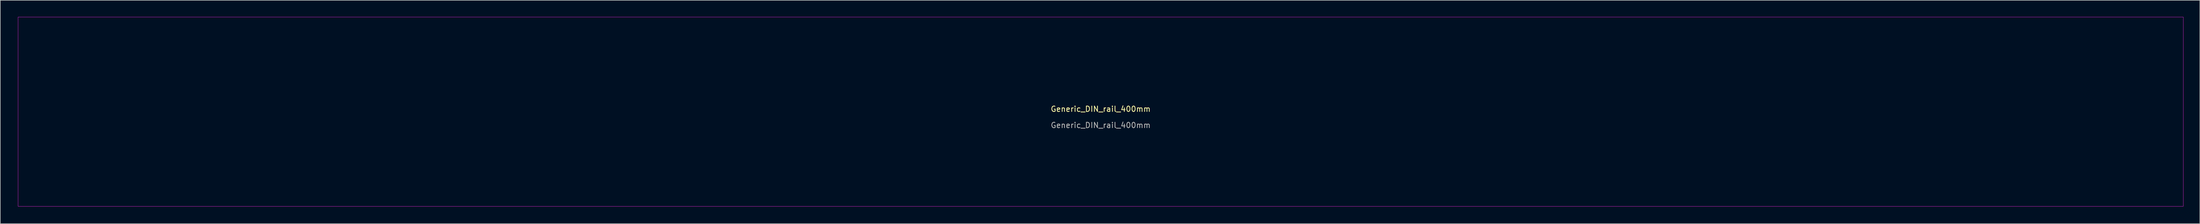
<source format=kicad_pcb>
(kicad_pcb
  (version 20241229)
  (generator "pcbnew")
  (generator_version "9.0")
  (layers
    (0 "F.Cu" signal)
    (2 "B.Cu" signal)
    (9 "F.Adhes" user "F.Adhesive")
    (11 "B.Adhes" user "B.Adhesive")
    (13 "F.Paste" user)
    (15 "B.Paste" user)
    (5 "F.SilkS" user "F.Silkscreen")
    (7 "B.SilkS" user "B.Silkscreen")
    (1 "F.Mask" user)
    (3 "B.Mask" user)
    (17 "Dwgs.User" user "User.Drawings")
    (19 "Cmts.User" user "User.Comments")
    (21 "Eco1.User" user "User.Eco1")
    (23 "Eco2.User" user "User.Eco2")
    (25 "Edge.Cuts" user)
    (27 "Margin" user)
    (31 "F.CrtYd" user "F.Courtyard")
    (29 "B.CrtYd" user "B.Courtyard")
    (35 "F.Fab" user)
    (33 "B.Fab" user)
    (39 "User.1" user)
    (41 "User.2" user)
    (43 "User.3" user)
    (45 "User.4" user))
  (footprint "Generic_DIN_rail_400mm"
    (layer "F.Cu")
    (at 200.29 17.604)
    (property "Reference" "Generic_DIN_rail_400mm" (at 0 -0.5 0) (unlocked yes) (layer "F.SilkS") (effects (font (size 1 1) (thickness 0.15))))
    (fp_rect (start -200 17.5) (end 200 -17.5) (stroke (width 0.05) (type solid)) (fill no) (layer "F.CrtYd"))
    (fp_poly (pts (xy 17.945 -2.967) (xy 18.585 -2.629) (xy 19.105 -2.192) (xy 19.505 -1.677) (xy 19.785 -1.105) (xy 19.947 -0.495) (xy 19.989 0.131) (xy 19.913 0.754) (xy 19.717 1.352) (xy 19.404 1.907) (xy 18.971 2.397) (xy 18.421 2.803) (xy 17.886 3.056) (xy 17.779 3.094) (xy 17.668 3.127) (xy 17.539 3.154) (xy 17.378 3.176) (xy 17.169 3.195) (xy 16.9 3.209) (xy 16.554 3.221) (xy 16.119 3.23) (xy 15.578 3.237) (xy 14.918 3.242) (xy 14.125 3.247) (xy 13.183 3.252) (xy 12.689 3.254) (xy 11.795 3.256) (xy 10.941 3.257) (xy 10.142 3.254) (xy 9.417 3.25) (xy 8.782 3.244) (xy 8.255 3.236) (xy 7.853 3.227) (xy 7.593 3.216) (xy 7.513 3.208) (xy 6.825 3.027) (xy 6.2 2.697) (xy 5.662 2.239) (xy 5.235 1.669) (xy 5.129 1.471) (xy 5.003 1.203) (xy 4.922 0.982) (xy 4.876 0.757) (xy 4.856 0.475) (xy 4.851 0.083) (xy 4.851 0.015) (xy 4.851 0.008) (xy 5.063 0.008) (xy 5.131 0.715) (xy 5.339 1.341) (xy 5.647 1.846) (xy 5.96 2.178) (xy 6.369 2.496) (xy 6.807 2.755) (xy 7.137 2.889) (xy 7.266 2.902) (xy 7.548 2.914) (xy 7.969 2.925) (xy 8.512 2.934) (xy 9.163 2.941) (xy 9.905 2.947) (xy 10.723 2.95) (xy 11.602 2.951) (xy 12.513 2.95) (xy 17.636 2.935) (xy 18.059 2.728) (xy 18.554 2.413) (xy 19.003 1.992) (xy 19.362 1.513) (xy 19.541 1.154) (xy 19.716 0.5) (xy 19.746 -0.167) (xy 19.634 -0.807) (xy 19.512 -1.129) (xy 19.154 -1.718) (xy 18.673 -2.223) (xy 18.105 -2.608) (xy 17.984 -2.668) (xy 17.466 -2.907) (xy 12.385 -2.907) (xy 7.303 -2.907) (xy 6.739 -2.629) (xy 6.127 -2.243) (xy 5.646 -1.756) (xy 5.304 -1.18) (xy 5.108 -0.529) (xy 5.063 0.008) (xy 4.851 0.008) (xy 4.855 -0.399) (xy 4.873 -0.695) (xy 4.914 -0.922) (xy 4.988 -1.13) (xy 5.101 -1.368) (xy 5.416 -1.852) (xy 5.842 -2.311) (xy 6.327 -2.698) (xy 6.817 -2.963) (xy 7.306 -3.161) (xy 12.386 -3.161) (xy 17.466 -3.161)) (stroke (width 0.1) (type solid)) (fill no) (layer "User.1"))
    (fp_poly (pts (xy 87.222 -3.187) (xy 87.663 -3.185) (xy 92.481 -3.161) (xy 92.971 -2.963) (xy 93.467 -2.693) (xy 93.952 -2.305) (xy 94.376 -1.846) (xy 94.686 -1.368) (xy 94.8 -1.129) (xy 94.873 -0.921) (xy 94.914 -0.694) (xy 94.932 -0.398) (xy 94.936 0.015) (xy 94.933 0.427) (xy 94.915 0.722) (xy 94.874 0.953) (xy 94.798 1.17) (xy 94.68 1.428) (xy 94.661 1.465) (xy 94.292 2.044) (xy 93.814 2.53) (xy 93.255 2.9) (xy 92.645 3.135) (xy 92.297 3.198) (xy 92.109 3.209) (xy 91.773 3.219) (xy 91.309 3.228) (xy 90.738 3.236) (xy 90.078 3.243) (xy 89.351 3.249) (xy 88.575 3.253) (xy 87.771 3.256) (xy 86.958 3.258) (xy 86.157 3.258) (xy 85.388 3.257) (xy 84.669 3.254) (xy 84.022 3.25) (xy 83.466 3.245) (xy 83.02 3.237) (xy 82.706 3.229) (xy 82.547 3.219) (xy 81.995 3.083) (xy 81.433 2.827) (xy 80.926 2.483) (xy 80.644 2.215) (xy 80.212 1.622) (xy 79.932 0.988) (xy 79.797 0.335) (xy 79.799 -0.016) (xy 80.033 -0.016) (xy 80.092 0.647) (xy 80.231 1.115) (xy 80.556 1.729) (xy 81.015 2.242) (xy 81.324 2.482) (xy 81.466 2.58) (xy 81.598 2.663) (xy 81.732 2.734) (xy 81.883 2.792) (xy 82.065 2.84) (xy 82.29 2.878) (xy 82.573 2.907) (xy 82.927 2.929) (xy 83.366 2.944) (xy 83.904 2.953) (xy 84.553 2.957) (xy 85.329 2.958) (xy 86.244 2.956) (xy 87.312 2.953) (xy 87.528 2.952) (xy 92.65 2.935) (xy 93.186 2.645) (xy 93.773 2.248) (xy 94.213 1.771) (xy 94.512 1.205) (xy 94.675 0.541) (xy 94.707 0.183) (xy 94.715 -0.235) (xy 94.688 -0.554) (xy 94.619 -0.842) (xy 94.558 -1.019) (xy 94.257 -1.591) (xy 93.818 -2.098) (xy 93.27 -2.509) (xy 93.049 -2.629) (xy 92.485 -2.907) (xy 87.403 -2.907) (xy 82.321 -2.907) (xy 81.813 -2.67) (xy 81.213 -2.305) (xy 80.725 -1.834) (xy 80.359 -1.28) (xy 80.126 -0.667) (xy 80.033 -0.016) (xy 79.799 -0.016) (xy 79.801 -0.317) (xy 79.937 -0.95) (xy 80.198 -1.542) (xy 80.579 -2.074) (xy 81.071 -2.526) (xy 81.668 -2.878) (xy 82.365 -3.11) (xy 82.414 -3.12) (xy 82.614 -3.142) (xy 82.98 -3.16) (xy 83.511 -3.174) (xy 84.203 -3.184) (xy 85.054 -3.189) (xy 86.061 -3.19)) (stroke (width 0.1) (type solid)) (fill no) (layer "User.1"))
    (fp_poly (pts (xy 185.597 -3.193) (xy 186.482 -3.19) (xy 187.521 -3.186) (xy 187.619 -3.185) (xy 192.472 -3.161) (xy 192.962 -2.963) (xy 193.415 -2.72) (xy 193.871 -2.37) (xy 194.28 -1.961) (xy 194.594 -1.537) (xy 194.669 -1.398) (xy 194.898 -0.751) (xy 194.981 -0.074) (xy 194.927 0.603) (xy 194.743 1.254) (xy 194.438 1.85) (xy 194.018 2.364) (xy 193.493 2.768) (xy 193.486 2.772) (xy 193.321 2.868) (xy 193.169 2.949) (xy 193.016 3.018) (xy 192.848 3.075) (xy 192.648 3.121) (xy 192.404 3.158) (xy 192.1 3.186) (xy 191.722 3.207) (xy 191.254 3.223) (xy 190.683 3.234) (xy 189.993 3.242) (xy 189.17 3.247) (xy 188.199 3.252) (xy 187.687 3.254) (xy 186.796 3.257) (xy 185.945 3.257) (xy 185.15 3.256) (xy 184.43 3.253) (xy 183.8 3.249) (xy 183.278 3.243) (xy 182.882 3.235) (xy 182.628 3.226) (xy 182.554 3.221) (xy 181.9 3.059) (xy 181.286 2.75) (xy 180.743 2.317) (xy 180.303 1.782) (xy 180.17 1.557) (xy 179.9 0.885) (xy 179.788 0.202) (xy 179.805 -0.124) (xy 180.033 -0.124) (xy 180.058 0.494) (xy 180.215 1.098) (xy 180.506 1.664) (xy 180.932 2.171) (xy 181.317 2.484) (xy 181.459 2.581) (xy 181.591 2.664) (xy 181.725 2.734) (xy 181.876 2.793) (xy 182.058 2.841) (xy 182.283 2.878) (xy 182.566 2.908) (xy 182.921 2.929) (xy 183.36 2.944) (xy 183.898 2.953) (xy 184.549 2.957) (xy 185.325 2.958) (xy 186.241 2.956) (xy 187.31 2.953) (xy 187.519 2.952) (xy 192.642 2.935) (xy 193.065 2.726) (xy 193.65 2.348) (xy 194.122 1.857) (xy 194.47 1.278) (xy 194.68 0.635) (xy 194.74 -0.048) (xy 194.704 -0.441) (xy 194.515 -1.101) (xy 194.181 -1.696) (xy 193.717 -2.2) (xy 193.143 -2.593) (xy 193 -2.663) (xy 192.472 -2.907) (xy 187.392 -2.907) (xy 182.312 -2.907) (xy 181.804 -2.67) (xy 181.204 -2.307) (xy 180.724 -1.849) (xy 180.368 -1.317) (xy 180.137 -0.735) (xy 180.033 -0.124) (xy 179.805 -0.124) (xy 179.823 -0.47) (xy 179.998 -1.112) (xy 180.302 -1.704) (xy 180.727 -2.224) (xy 181.263 -2.653) (xy 181.902 -2.97) (xy 182.245 -3.076) (xy 182.376 -3.105) (xy 182.534 -3.129) (xy 182.734 -3.149) (xy 182.99 -3.165) (xy 183.316 -3.177) (xy 183.725 -3.186) (xy 184.233 -3.191) (xy 184.852 -3.193)) (stroke (width 0.1) (type solid)) (fill no) (layer "User.1"))
    (fp_poly (pts (xy -84.494 -3.191) (xy -83.978 -3.186) (xy -83.56 -3.178) (xy -83.228 -3.166) (xy -82.967 -3.151) (xy -82.762 -3.131) (xy -82.601 -3.107) (xy -82.468 -3.079) (xy -82.457 -3.076) (xy -81.772 -2.826) (xy -81.198 -2.466) (xy -80.735 -2.016) (xy -80.385 -1.496) (xy -80.147 -0.924) (xy -80.022 -0.321) (xy -80.012 0.294) (xy -80.117 0.902) (xy -80.338 1.483) (xy -80.674 2.018) (xy -81.128 2.488) (xy -81.699 2.873) (xy -82.239 3.107) (xy -82.346 3.135) (xy -82.494 3.159) (xy -82.699 3.18) (xy -82.974 3.197) (xy -83.331 3.211) (xy -83.784 3.223) (xy -84.347 3.232) (xy -85.033 3.24) (xy -85.856 3.246) (xy -86.829 3.252) (xy -87.318 3.254) (xy -88.211 3.256) (xy -89.064 3.257) (xy -89.861 3.254) (xy -90.585 3.25) (xy -91.218 3.244) (xy -91.743 3.236) (xy -92.143 3.227) (xy -92.401 3.215) (xy -92.478 3.208) (xy -93.173 3.026) (xy -93.799 2.696) (xy -94.336 2.234) (xy -94.763 1.656) (xy -94.865 1.465) (xy -94.99 1.199) (xy -95.07 0.979) (xy -95.115 0.753) (xy -95.135 0.469) (xy -95.14 0.074) (xy -95.14 0.015) (xy -95.138 -0.17) (xy -94.944 -0.17) (xy -94.923 0.46) (xy -94.771 1.07) (xy -94.494 1.636) (xy -94.098 2.135) (xy -93.587 2.545) (xy -92.981 2.838) (xy -92.885 2.866) (xy -92.761 2.89) (xy -92.595 2.909) (xy -92.374 2.925) (xy -92.086 2.938) (xy -91.715 2.947) (xy -91.251 2.954) (xy -90.678 2.958) (xy -89.984 2.959) (xy -89.156 2.958) (xy -88.18 2.956) (xy -87.478 2.954) (xy -82.356 2.935) (xy -81.932 2.728) (xy -81.466 2.431) (xy -81.03 2.027) (xy -80.669 1.566) (xy -80.447 1.14) (xy -80.279 0.497) (xy -80.251 -0.166) (xy -80.36 -0.803) (xy -80.482 -1.13) (xy -80.837 -1.716) (xy -81.317 -2.221) (xy -81.885 -2.607) (xy -82.008 -2.668) (xy -82.525 -2.907) (xy -87.605 -2.907) (xy -92.685 -2.907) (xy -93.218 -2.661) (xy -93.81 -2.295) (xy -94.164 -1.962) (xy -94.57 -1.404) (xy -94.828 -0.799) (xy -94.944 -0.17) (xy -95.138 -0.17) (xy -95.136 -0.403) (xy -95.117 -0.703) (xy -95.075 -0.934) (xy -95.001 -1.147) (xy -94.904 -1.356) (xy -94.604 -1.823) (xy -94.19 -2.275) (xy -93.712 -2.664) (xy -93.223 -2.943) (xy -93.175 -2.963) (xy -92.685 -3.161) (xy -87.832 -3.185) (xy -86.778 -3.19) (xy -85.88 -3.193) (xy -85.124 -3.193)) (stroke (width 0.1) (type solid)) (fill no) (layer "User.1"))
    (fp_poly (pts (xy -186.558 -3.203) (xy -185.675 -3.201) (xy -184.932 -3.197) (xy -184.317 -3.191) (xy -183.815 -3.182) (xy -183.411 -3.171) (xy -183.091 -3.156) (xy -182.842 -3.137) (xy -182.649 -3.115) (xy -182.499 -3.088) (xy -182.428 -3.072) (xy -181.748 -2.819) (xy -181.178 -2.457) (xy -180.719 -2.006) (xy -180.373 -1.484) (xy -180.139 -0.911) (xy -180.018 -0.308) (xy -180.011 0.308) (xy -180.119 0.916) (xy -180.342 1.497) (xy -180.68 2.031) (xy -181.135 2.499) (xy -181.706 2.881) (xy -182.231 3.107) (xy -182.337 3.135) (xy -182.486 3.159) (xy -182.691 3.18) (xy -182.965 3.197) (xy -183.323 3.211) (xy -183.777 3.223) (xy -184.34 3.232) (xy -185.027 3.24) (xy -185.85 3.246) (xy -186.824 3.252) (xy -187.301 3.254) (xy -188.192 3.257) (xy -189.044 3.257) (xy -189.838 3.256) (xy -190.559 3.253) (xy -191.189 3.249) (xy -191.71 3.243) (xy -192.107 3.235) (xy -192.361 3.226) (xy -192.434 3.221) (xy -193.088 3.059) (xy -193.703 2.75) (xy -194.246 2.317) (xy -194.686 1.782) (xy -194.819 1.557) (xy -195.088 0.886) (xy -195.2 0.203) (xy -195.189 -0.003) (xy -194.958 -0.003) (xy -194.889 0.651) (xy -194.682 1.276) (xy -194.344 1.844) (xy -193.882 2.326) (xy -193.685 2.475) (xy -193.54 2.574) (xy -193.407 2.658) (xy -193.272 2.73) (xy -193.121 2.79) (xy -192.94 2.838) (xy -192.715 2.877) (xy -192.434 2.906) (xy -192.082 2.928) (xy -191.645 2.943) (xy -191.111 2.953) (xy -190.465 2.957) (xy -189.693 2.958) (xy -188.783 2.956) (xy -187.719 2.953) (xy -187.469 2.952) (xy -182.347 2.935) (xy -181.924 2.726) (xy -181.341 2.354) (xy -180.883 1.891) (xy -180.549 1.357) (xy -180.34 0.774) (xy -180.254 0.166) (xy -180.291 -0.446) (xy -180.452 -1.04) (xy -180.736 -1.594) (xy -181.142 -2.086) (xy -181.671 -2.494) (xy -181.988 -2.663) (xy -182.516 -2.907) (xy -187.596 -2.907) (xy -192.676 -2.907) (xy -193.204 -2.663) (xy -193.72 -2.35) (xy -194.191 -1.926) (xy -194.562 -1.443) (xy -194.651 -1.284) (xy -194.881 -0.657) (xy -194.958 -0.003) (xy -195.189 -0.003) (xy -195.165 -0.47) (xy -194.99 -1.113) (xy -194.686 -1.705) (xy -194.262 -2.226) (xy -193.726 -2.654) (xy -193.088 -2.97) (xy -192.764 -3.072) (xy -192.631 -3.101) (xy -192.463 -3.126) (xy -192.246 -3.146) (xy -191.967 -3.163) (xy -191.612 -3.176) (xy -191.165 -3.186) (xy -190.614 -3.194) (xy -189.943 -3.199) (xy -189.139 -3.202) (xy -188.188 -3.203) (xy -187.596 -3.203)) (stroke (width 0.1) (type solid)) (fill no) (layer "User.1"))
    (fp_poly (pts (xy 136.941 -3.189) (xy 137.657 -3.186) (xy 142.519 -3.161) (xy 143.073 -2.898) (xy 143.73 -2.511) (xy 144.247 -2.036) (xy 144.634 -1.459) (xy 144.894 -0.795) (xy 145.001 -0.141) (xy 144.96 0.513) (xy 144.787 1.145) (xy 144.496 1.732) (xy 144.103 2.252) (xy 143.622 2.681) (xy 143.068 2.997) (xy 142.456 3.178) (xy 142.276 3.201) (xy 142.066 3.213) (xy 141.711 3.223) (xy 141.231 3.232) (xy 140.647 3.24) (xy 139.978 3.246) (xy 139.243 3.251) (xy 138.463 3.254) (xy 137.656 3.256) (xy 136.844 3.257) (xy 136.044 3.256) (xy 135.278 3.254) (xy 134.564 3.25) (xy 133.922 3.245) (xy 133.372 3.238) (xy 132.934 3.229) (xy 132.628 3.219) (xy 132.477 3.209) (xy 131.814 3.031) (xy 131.205 2.705) (xy 130.674 2.248) (xy 130.244 1.678) (xy 130.089 1.388) (xy 129.959 1.097) (xy 129.879 0.856) (xy 129.837 0.604) (xy 129.822 0.28) (xy 129.821 0.055) (xy 130.073 0.055) (xy 130.08 0.454) (xy 130.11 0.744) (xy 130.172 0.985) (xy 130.278 1.236) (xy 130.302 1.284) (xy 130.641 1.814) (xy 131.09 2.282) (xy 131.604 2.644) (xy 131.857 2.767) (xy 132.359 2.973) (xy 137.372 2.975) (xy 138.421 2.976) (xy 139.313 2.975) (xy 140.065 2.974) (xy 140.689 2.971) (xy 141.199 2.965) (xy 141.61 2.958) (xy 141.935 2.947) (xy 142.188 2.933) (xy 142.383 2.916) (xy 142.534 2.894) (xy 142.655 2.867) (xy 142.761 2.836) (xy 142.854 2.802) (xy 143.232 2.614) (xy 143.626 2.34) (xy 143.785 2.204) (xy 144.241 1.684) (xy 144.552 1.109) (xy 144.721 0.501) (xy 144.754 -0.118) (xy 144.656 -0.727) (xy 144.433 -1.304) (xy 144.088 -1.826) (xy 143.626 -2.274) (xy 143.054 -2.623) (xy 142.641 -2.783) (xy 142.519 -2.82) (xy 142.394 -2.85) (xy 142.254 -2.876) (xy 142.084 -2.897) (xy 141.87 -2.913) (xy 141.596 -2.925) (xy 141.249 -2.934) (xy 140.814 -2.939) (xy 140.278 -2.941) (xy 139.625 -2.941) (xy 138.841 -2.939) (xy 137.912 -2.935) (xy 137.18 -2.931) (xy 132.274 -2.907) (xy 131.809 -2.685) (xy 131.205 -2.324) (xy 130.733 -1.874) (xy 130.37 -1.311) (xy 130.352 -1.275) (xy 130.214 -0.98) (xy 130.131 -0.736) (xy 130.089 -0.482) (xy 130.074 -0.153) (xy 130.073 0.055) (xy 129.821 0.055) (xy 129.821 0.014) (xy 129.828 -0.398) (xy 129.856 -0.699) (xy 129.915 -0.947) (xy 130.014 -1.201) (xy 130.049 -1.279) (xy 130.416 -1.873) (xy 130.911 -2.385) (xy 131.503 -2.791) (xy 132.161 -3.066) (xy 132.389 -3.124) (xy 132.575 -3.144) (xy 132.926 -3.161) (xy 133.434 -3.174) (xy 134.096 -3.183) (xy 134.904 -3.189) (xy 135.854 -3.191)) (stroke (width 0.1) (type solid)) (fill no) (layer "User.1"))
    (fp_poly (pts (xy 65.506 -3.192) (xy 66.026 -3.187) (xy 66.446 -3.179) (xy 66.782 -3.168) (xy 67.045 -3.153) (xy 67.252 -3.134) (xy 67.415 -3.11) (xy 67.549 -3.082) (xy 67.569 -3.077) (xy 68.252 -2.817) (xy 68.855 -2.415) (xy 69.359 -1.889) (xy 69.737 -1.266) (xy 69.847 -1.007) (xy 69.914 -0.766) (xy 69.948 -0.487) (xy 69.959 -0.111) (xy 69.96 0.014) (xy 69.937 0.571) (xy 69.858 1.02) (xy 69.705 1.421) (xy 69.458 1.832) (xy 69.344 1.993) (xy 69 2.367) (xy 68.56 2.711) (xy 68.083 2.984) (xy 67.652 3.141) (xy 67.491 3.159) (xy 67.18 3.176) (xy 66.738 3.193) (xy 66.185 3.208) (xy 65.539 3.221) (xy 64.819 3.233) (xy 64.046 3.243) (xy 63.238 3.251) (xy 62.415 3.257) (xy 61.595 3.261) (xy 60.799 3.263) (xy 60.044 3.263) (xy 59.351 3.259) (xy 58.739 3.254) (xy 58.226 3.245) (xy 57.833 3.233) (xy 57.577 3.218) (xy 57.537 3.214) (xy 56.947 3.066) (xy 56.364 2.784) (xy 55.843 2.398) (xy 55.679 2.236) (xy 55.216 1.632) (xy 54.917 0.987) (xy 54.782 0.31) (xy 54.806 -0.214) (xy 55.042 -0.214) (xy 55.042 0.325) (xy 55.185 0.95) (xy 55.468 1.543) (xy 55.865 2.071) (xy 56.351 2.501) (xy 56.9 2.799) (xy 56.997 2.835) (xy 57.097 2.865) (xy 57.216 2.89) (xy 57.366 2.911) (xy 57.562 2.927) (xy 57.817 2.94) (xy 58.144 2.949) (xy 58.557 2.955) (xy 59.07 2.959) (xy 59.696 2.96) (xy 60.45 2.959) (xy 61.344 2.957) (xy 62.392 2.954) (xy 62.509 2.953) (xy 67.674 2.935) (xy 68.101 2.71) (xy 68.636 2.348) (xy 69.102 1.88) (xy 69.451 1.354) (xy 69.486 1.284) (xy 69.595 1.029) (xy 69.661 0.79) (xy 69.694 0.509) (xy 69.705 0.13) (xy 69.706 0.014) (xy 69.701 -0.375) (xy 69.68 -0.65) (xy 69.631 -0.869) (xy 69.54 -1.086) (xy 69.418 -1.321) (xy 69.017 -1.91) (xy 68.518 -2.37) (xy 67.98 -2.684) (xy 67.504 -2.907) (xy 62.605 -2.931) (xy 61.513 -2.937) (xy 60.576 -2.94) (xy 59.78 -2.94) (xy 59.111 -2.936) (xy 58.555 -2.926) (xy 58.097 -2.909) (xy 57.724 -2.884) (xy 57.421 -2.85) (xy 57.175 -2.805) (xy 56.971 -2.749) (xy 56.794 -2.68) (xy 56.632 -2.596) (xy 56.469 -2.497) (xy 56.303 -2.389) (xy 55.824 -1.978) (xy 55.443 -1.455) (xy 55.176 -0.855) (xy 55.042 -0.214) (xy 54.806 -0.214) (xy 54.814 -0.389) (xy 55.012 -1.101) (xy 55.142 -1.394) (xy 55.471 -1.944) (xy 55.877 -2.38) (xy 56.395 -2.738) (xy 56.699 -2.895) (xy 57.26 -3.161) (xy 62.153 -3.186) (xy 63.21 -3.191) (xy 64.112 -3.194) (xy 64.873 -3.194)) (stroke (width 0.1) (type solid)) (fill no) (layer "User.1"))
    (fp_poly (pts (xy 35.541 -3.194) (xy 36.418 -3.191) (xy 37.449 -3.187) (xy 37.639 -3.186) (xy 42.537 -3.161) (xy 43.183 -2.841) (xy 43.815 -2.442) (xy 44.323 -1.938) (xy 44.699 -1.346) (xy 44.932 -0.685) (xy 45.012 0.029) (xy 44.993 0.382) (xy 44.851 1.016) (xy 44.573 1.613) (xy 44.184 2.149) (xy 43.706 2.601) (xy 43.162 2.945) (xy 42.577 3.155) (xy 42.286 3.201) (xy 42.127 3.209) (xy 41.822 3.216) (xy 41.39 3.223) (xy 40.85 3.23) (xy 40.221 3.237) (xy 39.523 3.243) (xy 38.775 3.249) (xy 37.997 3.254) (xy 37.208 3.258) (xy 36.426 3.262) (xy 35.672 3.264) (xy 34.965 3.266) (xy 34.325 3.266) (xy 33.769 3.265) (xy 33.319 3.263) (xy 32.993 3.259) (xy 32.81 3.254) (xy 32.785 3.252) (xy 32.004 3.08) (xy 31.341 2.789) (xy 30.786 2.375) (xy 30.398 1.927) (xy 30.045 1.301) (xy 29.845 0.643) (xy 29.793 0.014) (xy 30.082 0.014) (xy 30.088 0.418) (xy 30.113 0.709) (xy 30.167 0.944) (xy 30.261 1.18) (xy 30.317 1.298) (xy 30.687 1.876) (xy 31.171 2.363) (xy 31.737 2.73) (xy 32.156 2.898) (xy 32.277 2.91) (xy 32.552 2.921) (xy 32.966 2.932) (xy 33.502 2.942) (xy 34.144 2.951) (xy 34.879 2.958) (xy 35.689 2.964) (xy 36.56 2.968) (xy 37.381 2.97) (xy 38.429 2.972) (xy 39.322 2.972) (xy 40.073 2.971) (xy 40.697 2.969) (xy 41.207 2.964) (xy 41.617 2.957) (xy 41.942 2.947) (xy 42.195 2.933) (xy 42.39 2.916) (xy 42.541 2.894) (xy 42.662 2.868) (xy 42.767 2.836) (xy 42.863 2.802) (xy 43.423 2.506) (xy 43.916 2.079) (xy 44.317 1.552) (xy 44.601 0.956) (xy 44.745 0.325) (xy 44.745 0.325) (xy 44.733 -0.322) (xy 44.576 -0.958) (xy 44.289 -1.548) (xy 43.891 -2.055) (xy 43.484 -2.389) (xy 43.308 -2.504) (xy 43.146 -2.602) (xy 42.983 -2.684) (xy 42.805 -2.753) (xy 42.599 -2.808) (xy 42.349 -2.852) (xy 42.043 -2.886) (xy 41.665 -2.91) (xy 41.202 -2.926) (xy 40.639 -2.936) (xy 39.963 -2.94) (xy 39.159 -2.94) (xy 38.213 -2.936) (xy 37.182 -2.931) (xy 32.283 -2.907) (xy 31.807 -2.684) (xy 31.203 -2.321) (xy 30.717 -1.847) (xy 30.369 -1.321) (xy 30.233 -1.058) (xy 30.148 -0.843) (xy 30.103 -0.62) (xy 30.085 -0.334) (xy 30.082 0.014) (xy 29.793 0.014) (xy 29.79 -0.024) (xy 29.873 -0.68) (xy 30.086 -1.303) (xy 30.421 -1.872) (xy 30.87 -2.365) (xy 31.426 -2.761) (xy 32.081 -3.039) (xy 32.218 -3.077) (xy 32.349 -3.106) (xy 32.506 -3.13) (xy 32.705 -3.15) (xy 32.958 -3.166) (xy 33.281 -3.178) (xy 33.686 -3.186) (xy 34.189 -3.192) (xy 34.802 -3.194)) (stroke (width 0.1) (type solid)) (fill no) (layer "User.1"))
    (fp_poly (pts (xy -136.584 -3.161) (xy -135.681 -3.16) (xy -134.919 -3.157) (xy -134.286 -3.154) (xy -133.767 -3.148) (xy -133.349 -3.14) (xy -133.018 -3.129) (xy -132.76 -3.115) (xy -132.561 -3.098) (xy -132.408 -3.076) (xy -132.288 -3.05) (xy -132.185 -3.02) (xy -132.129 -3) (xy -131.483 -2.677) (xy -130.942 -2.238) (xy -130.513 -1.706) (xy -130.207 -1.103) (xy -130.033 -0.451) (xy -129.999 0.228) (xy -130.117 0.912) (xy -130.293 1.382) (xy -130.641 1.955) (xy -131.097 2.448) (xy -131.629 2.837) (xy -132.209 3.099) (xy -132.673 3.2) (xy -132.864 3.211) (xy -133.203 3.222) (xy -133.67 3.231) (xy -134.244 3.239) (xy -134.906 3.245) (xy -135.636 3.251) (xy -136.414 3.254) (xy -137.221 3.257) (xy -138.035 3.258) (xy -138.838 3.258) (xy -139.609 3.256) (xy -140.329 3.253) (xy -140.977 3.248) (xy -141.533 3.241) (xy -141.979 3.233) (xy -142.293 3.224) (xy -142.448 3.214) (xy -143.114 3.05) (xy -143.714 2.748) (xy -144.233 2.328) (xy -144.656 1.813) (xy -144.97 1.225) (xy -145.16 0.586) (xy -145.2 0.056) (xy -144.924 0.056) (xy -144.916 0.455) (xy -144.886 0.744) (xy -144.823 0.987) (xy -144.715 1.243) (xy -144.687 1.3) (xy -144.396 1.756) (xy -143.998 2.189) (xy -143.543 2.552) (xy -143.082 2.798) (xy -143.082 2.798) (xy -142.984 2.834) (xy -142.879 2.864) (xy -142.754 2.89) (xy -142.596 2.911) (xy -142.39 2.928) (xy -142.123 2.941) (xy -141.78 2.951) (xy -141.347 2.959) (xy -140.812 2.965) (xy -140.16 2.968) (xy -139.376 2.971) (xy -138.448 2.972) (xy -137.625 2.973) (xy -136.578 2.974) (xy -135.686 2.974) (xy -134.936 2.973) (xy -134.313 2.97) (xy -133.803 2.965) (xy -133.393 2.958) (xy -133.068 2.948) (xy -132.815 2.934) (xy -132.62 2.917) (xy -132.468 2.895) (xy -132.346 2.868) (xy -132.24 2.837) (xy -132.135 2.799) (xy -132.124 2.795) (xy -131.629 2.535) (xy -131.156 2.152) (xy -130.752 1.69) (xy -130.51 1.293) (xy -130.393 1.031) (xy -130.323 0.793) (xy -130.288 0.518) (xy -130.277 0.147) (xy -130.277 0.055) (xy -130.283 -0.334) (xy -130.31 -0.617) (xy -130.372 -0.858) (xy -130.481 -1.12) (xy -130.556 -1.275) (xy -130.914 -1.845) (xy -131.379 -2.301) (xy -131.974 -2.666) (xy -132.013 -2.685) (xy -132.478 -2.907) (xy -137.558 -2.907) (xy -142.638 -2.907) (xy -143.126 -2.71) (xy -143.639 -2.425) (xy -144.115 -2.015) (xy -144.51 -1.524) (xy -144.695 -1.194) (xy -144.812 -0.92) (xy -144.881 -0.669) (xy -144.914 -0.379) (xy -144.924 0.012) (xy -144.924 0.056) (xy -145.2 0.056) (xy -145.21 -0.083) (xy -145.108 -0.759) (xy -145.098 -0.795) (xy -144.827 -1.48) (xy -144.436 -2.053) (xy -143.915 -2.526) (xy -143.277 -2.898) (xy -142.723 -3.161) (xy -137.643 -3.161)) (stroke (width 0.1) (type solid)) (fill no) (layer "User.1"))
    (fp_poly (pts (xy 163.484 -3.203) (xy 164.369 -3.2) (xy 165.113 -3.196) (xy 165.728 -3.19) (xy 166.231 -3.181) (xy 166.634 -3.169) (xy 166.951 -3.154) (xy 167.197 -3.135) (xy 167.386 -3.112) (xy 167.531 -3.085) (xy 167.57 -3.075) (xy 168.238 -2.824) (xy 168.805 -2.456) (xy 169.266 -1.994) (xy 169.617 -1.457) (xy 169.855 -0.867) (xy 169.977 -0.245) (xy 169.977 0.389) (xy 169.852 1.014) (xy 169.598 1.609) (xy 169.212 2.153) (xy 168.689 2.626) (xy 168.639 2.661) (xy 168.469 2.779) (xy 168.312 2.879) (xy 168.154 2.963) (xy 167.98 3.033) (xy 167.775 3.09) (xy 167.526 3.135) (xy 167.217 3.171) (xy 166.834 3.197) (xy 166.363 3.217) (xy 165.789 3.23) (xy 165.097 3.24) (xy 164.274 3.246) (xy 163.304 3.251) (xy 162.662 3.254) (xy 161.773 3.257) (xy 160.923 3.257) (xy 160.128 3.255) (xy 159.406 3.252) (xy 158.775 3.246) (xy 158.251 3.239) (xy 157.853 3.23) (xy 157.598 3.22) (xy 157.528 3.214) (xy 156.908 3.057) (xy 156.307 2.754) (xy 155.765 2.328) (xy 155.62 2.179) (xy 155.227 1.672) (xy 154.971 1.143) (xy 154.836 0.549) (xy 154.803 0.014) (xy 154.805 -0.166) (xy 155.035 -0.166) (xy 155.039 0.305) (xy 155.182 0.94) (xy 155.464 1.539) (xy 155.86 2.071) (xy 156.346 2.503) (xy 156.896 2.801) (xy 156.991 2.836) (xy 157.092 2.866) (xy 157.212 2.891) (xy 157.363 2.911) (xy 157.561 2.928) (xy 157.818 2.94) (xy 158.148 2.949) (xy 158.565 2.955) (xy 159.083 2.959) (xy 159.714 2.96) (xy 160.473 2.959) (xy 161.373 2.957) (xy 162.428 2.953) (xy 162.5 2.953) (xy 167.665 2.935) (xy 168.112 2.699) (xy 168.695 2.304) (xy 169.171 1.797) (xy 169.473 1.297) (xy 169.583 1.038) (xy 169.65 0.8) (xy 169.684 0.525) (xy 169.695 0.155) (xy 169.695 0.014) (xy 169.686 -0.404) (xy 169.657 -0.707) (xy 169.599 -0.947) (xy 169.502 -1.177) (xy 169.496 -1.19) (xy 169.104 -1.804) (xy 168.59 -2.303) (xy 168.065 -2.629) (xy 167.5 -2.907) (xy 162.644 -2.931) (xy 161.542 -2.937) (xy 160.595 -2.939) (xy 159.79 -2.939) (xy 159.112 -2.934) (xy 158.548 -2.922) (xy 158.082 -2.904) (xy 157.703 -2.878) (xy 157.394 -2.841) (xy 157.143 -2.795) (xy 156.936 -2.736) (xy 156.757 -2.665) (xy 156.595 -2.579) (xy 156.433 -2.477) (xy 156.305 -2.39) (xy 155.813 -1.957) (xy 155.427 -1.418) (xy 155.162 -0.81) (xy 155.035 -0.166) (xy 154.805 -0.166) (xy 154.808 -0.371) (xy 154.839 -0.657) (xy 154.91 -0.913) (xy 155.036 -1.21) (xy 155.065 -1.273) (xy 155.457 -1.917) (xy 155.963 -2.441) (xy 156.569 -2.834) (xy 157.263 -3.086) (xy 157.361 -3.108) (xy 157.569 -3.133) (xy 157.939 -3.154) (xy 158.474 -3.171) (xy 159.173 -3.185) (xy 160.038 -3.195) (xy 161.071 -3.201) (xy 162.271 -3.203) (xy 162.444 -3.203)) (stroke (width 0.1) (type solid)) (fill no) (layer "User.1"))
    (fp_poly (pts (xy 115.147 -3.191) (xy 115.862 -3.184) (xy 116.435 -3.173) (xy 116.874 -3.158) (xy 117.184 -3.139) (xy 117.37 -3.116) (xy 118.086 -2.898) (xy 118.706 -2.543) (xy 119.221 -2.063) (xy 119.621 -1.466) (xy 119.896 -0.763) (xy 119.966 -0.472) (xy 120.009 0.125) (xy 119.919 0.763) (xy 119.706 1.389) (xy 119.645 1.516) (xy 119.315 2.013) (xy 118.871 2.459) (xy 118.353 2.825) (xy 117.8 3.084) (xy 117.252 3.208) (xy 117.25 3.208) (xy 117.04 3.219) (xy 116.686 3.228) (xy 116.209 3.237) (xy 115.627 3.243) (xy 114.96 3.249) (xy 114.229 3.253) (xy 113.452 3.255) (xy 112.649 3.257) (xy 111.84 3.257) (xy 111.044 3.255) (xy 110.282 3.253) (xy 109.572 3.248) (xy 108.935 3.243) (xy 108.389 3.236) (xy 107.955 3.228) (xy 107.653 3.219) (xy 107.505 3.208) (xy 106.844 3.031) (xy 106.227 2.708) (xy 105.686 2.263) (xy 105.251 1.718) (xy 105.07 1.389) (xy 104.961 1.136) (xy 104.894 0.905) (xy 104.857 0.642) (xy 104.844 0.293) (xy 104.843 0.105) (xy 105.057 0.105) (xy 105.12 0.695) (xy 105.276 1.22) (xy 105.331 1.336) (xy 105.64 1.851) (xy 105.984 2.237) (xy 106.383 2.526) (xy 106.538 2.617) (xy 106.679 2.694) (xy 106.82 2.759) (xy 106.975 2.813) (xy 107.159 2.857) (xy 107.386 2.892) (xy 107.67 2.919) (xy 108.024 2.939) (xy 108.464 2.953) (xy 109.002 2.963) (xy 109.654 2.968) (xy 110.434 2.972) (xy 111.355 2.973) (xy 112.396 2.974) (xy 113.444 2.974) (xy 114.337 2.974) (xy 115.089 2.973) (xy 115.713 2.97) (xy 116.223 2.965) (xy 116.634 2.957) (xy 116.959 2.947) (xy 117.212 2.933) (xy 117.407 2.916) (xy 117.558 2.894) (xy 117.679 2.867) (xy 117.784 2.836) (xy 117.874 2.804) (xy 118.426 2.512) (xy 118.922 2.084) (xy 119.329 1.55) (xy 119.466 1.302) (xy 119.613 0.982) (xy 119.696 0.717) (xy 119.734 0.434) (xy 119.742 0.058) (xy 119.731 -0.328) (xy 119.689 -0.623) (xy 119.599 -0.902) (xy 119.478 -1.171) (xy 119.101 -1.798) (xy 118.634 -2.282) (xy 118.069 -2.632) (xy 117.527 -2.822) (xy 117.396 -2.851) (xy 117.237 -2.875) (xy 117.037 -2.895) (xy 116.781 -2.911) (xy 116.456 -2.923) (xy 116.047 -2.931) (xy 115.54 -2.937) (xy 114.922 -2.939) (xy 114.178 -2.939) (xy 113.294 -2.936) (xy 112.256 -2.932) (xy 112.149 -2.931) (xy 107.294 -2.907) (xy 106.73 -2.629) (xy 106.149 -2.26) (xy 105.666 -1.784) (xy 105.311 -1.231) (xy 105.22 -1.019) (xy 105.089 -0.488) (xy 105.057 0.105) (xy 104.843 0.105) (xy 104.842 0.056) (xy 104.848 -0.357) (xy 104.87 -0.657) (xy 104.92 -0.9) (xy 105.008 -1.142) (xy 105.088 -1.322) (xy 105.409 -1.847) (xy 105.85 -2.332) (xy 106.363 -2.731) (xy 106.808 -2.963) (xy 107.298 -3.161) (xy 112.081 -3.187) (xy 113.263 -3.192) (xy 114.283 -3.193)) (stroke (width 0.1) (type solid)) (fill no) (layer "User.1"))
    (fp_poly (pts (xy -113.441 -3.192) (xy -112.285 -3.187) (xy -111.265 -3.181) (xy -110.4 -3.176) (xy -109.676 -3.17) (xy -109.078 -3.164) (xy -108.592 -3.156) (xy -108.203 -3.146) (xy -107.898 -3.133) (xy -107.662 -3.117) (xy -107.481 -3.096) (xy -107.34 -3.072) (xy -107.225 -3.042) (xy -107.122 -3.006) (xy -107.016 -2.965) (xy -107.015 -2.964) (xy -106.455 -2.656) (xy -105.941 -2.218) (xy -105.514 -1.689) (xy -105.324 -1.356) (xy -105.194 -1.081) (xy -105.113 -0.854) (xy -105.069 -0.62) (xy -105.05 -0.324) (xy -105.046 0.055) (xy -105.051 0.463) (xy -105.072 0.757) (xy -105.119 0.988) (xy -105.203 1.213) (xy -105.295 1.41) (xy -105.659 1.988) (xy -106.129 2.48) (xy -106.675 2.862) (xy -107.266 3.113) (xy -107.686 3.198) (xy -107.874 3.209) (xy -108.21 3.219) (xy -108.673 3.228) (xy -109.245 3.236) (xy -109.904 3.243) (xy -110.632 3.249) (xy -111.408 3.253) (xy -112.212 3.256) (xy -113.024 3.258) (xy -113.825 3.258) (xy -114.595 3.257) (xy -115.314 3.254) (xy -115.961 3.25) (xy -116.517 3.245) (xy -116.962 3.237) (xy -117.277 3.229) (xy -117.435 3.219) (xy -118.097 3.058) (xy -118.697 2.757) (xy -119.219 2.338) (xy -119.649 1.825) (xy -119.968 1.238) (xy -120.163 0.6) (xy -120.205 0.058) (xy -119.939 0.058) (xy -119.936 0.43) (xy -119.903 0.707) (xy -119.825 0.962) (xy -119.686 1.269) (xy -119.67 1.302) (xy -119.317 1.86) (xy -118.863 2.335) (xy -118.344 2.69) (xy -118.102 2.801) (xy -118.006 2.836) (xy -117.905 2.866) (xy -117.786 2.891) (xy -117.634 2.911) (xy -117.436 2.928) (xy -117.179 2.94) (xy -116.849 2.949) (xy -116.432 2.955) (xy -115.915 2.959) (xy -115.283 2.96) (xy -114.524 2.959) (xy -113.624 2.957) (xy -112.569 2.953) (xy -112.497 2.953) (xy -107.332 2.935) (xy -106.885 2.699) (xy -106.287 2.291) (xy -105.794 1.76) (xy -105.536 1.351) (xy -105.425 1.124) (xy -105.356 0.919) (xy -105.318 0.685) (xy -105.303 0.371) (xy -105.3 0.056) (xy -105.306 -0.355) (xy -105.327 -0.65) (xy -105.375 -0.882) (xy -105.458 -1.104) (xy -105.535 -1.268) (xy -105.886 -1.804) (xy -106.366 -2.273) (xy -106.94 -2.642) (xy -107.021 -2.682) (xy -107.502 -2.907) (xy -112.582 -2.907) (xy -113.673 -2.907) (xy -114.608 -2.906) (xy -115.402 -2.904) (xy -116.067 -2.898) (xy -116.619 -2.888) (xy -117.069 -2.872) (xy -117.433 -2.849) (xy -117.723 -2.818) (xy -117.954 -2.777) (xy -118.139 -2.726) (xy -118.293 -2.662) (xy -118.428 -2.586) (xy -118.559 -2.494) (xy -118.699 -2.387) (xy -118.761 -2.339) (xy -119.275 -1.86) (xy -119.637 -1.322) (xy -119.855 -0.707) (xy -119.938 0.002) (xy -119.939 0.058) (xy -120.205 0.058) (xy -120.215 -0.067) (xy -120.158 -0.543) (xy -119.93 -1.265) (xy -119.568 -1.89) (xy -119.085 -2.406) (xy -118.493 -2.801) (xy -117.804 -3.064) (xy -117.574 -3.116) (xy -117.382 -3.139) (xy -117.069 -3.159) (xy -116.627 -3.173) (xy -116.05 -3.184) (xy -115.332 -3.191) (xy -114.464 -3.193)) (stroke (width 0.1) (type solid)) (fill no) (layer "User.1"))
    (fp_poly (pts (xy -34.778 -3.187) (xy -34.027 -3.18) (xy -33.426 -3.169) (xy -32.98 -3.155) (xy -32.694 -3.136) (xy -32.601 -3.124) (xy -31.894 -2.89) (xy -31.268 -2.517) (xy -30.742 -2.019) (xy -30.337 -1.413) (xy -30.309 -1.358) (xy -30.177 -1.074) (xy -30.094 -0.839) (xy -30.051 -0.596) (xy -30.034 -0.285) (xy -30.032 0.012) (xy -30.038 0.423) (xy -30.065 0.721) (xy -30.122 0.966) (xy -30.219 1.215) (xy -30.259 1.304) (xy -30.423 1.623) (xy -30.604 1.927) (xy -30.713 2.087) (xy -30.999 2.381) (xy -31.387 2.676) (xy -31.815 2.932) (xy -32.221 3.108) (xy -32.334 3.14) (xy -32.496 3.159) (xy -32.808 3.177) (xy -33.251 3.193) (xy -33.806 3.208) (xy -34.452 3.222) (xy -35.172 3.234) (xy -35.946 3.244) (xy -36.755 3.252) (xy -37.579 3.258) (xy -38.399 3.262) (xy -39.197 3.264) (xy -39.952 3.263) (xy -40.645 3.26) (xy -41.258 3.254) (xy -41.77 3.245) (xy -42.164 3.233) (xy -42.419 3.218) (xy -42.457 3.214) (xy -43.129 3.049) (xy -43.731 2.746) (xy -44.25 2.326) (xy -44.67 1.808) (xy -44.979 1.214) (xy -45.162 0.566) (xy -45.19 0.113) (xy -44.97 0.113) (xy -44.887 0.731) (xy -44.665 1.329) (xy -44.301 1.886) (xy -43.997 2.205) (xy -43.832 2.357) (xy -43.684 2.487) (xy -43.54 2.597) (xy -43.387 2.69) (xy -43.209 2.765) (xy -42.994 2.826) (xy -42.727 2.873) (xy -42.395 2.909) (xy -41.985 2.935) (xy -41.482 2.952) (xy -40.872 2.963) (xy -40.142 2.969) (xy -39.277 2.972) (xy -38.265 2.973) (xy -37.634 2.973) (xy -36.587 2.974) (xy -35.695 2.974) (xy -34.944 2.973) (xy -34.321 2.97) (xy -33.812 2.965) (xy -33.402 2.958) (xy -33.077 2.948) (xy -32.824 2.934) (xy -32.629 2.917) (xy -32.477 2.895) (xy -32.355 2.868) (xy -32.248 2.837) (xy -32.143 2.799) (xy -32.132 2.795) (xy -31.638 2.535) (xy -31.165 2.152) (xy -30.76 1.69) (xy -30.519 1.293) (xy -30.402 1.031) (xy -30.331 0.793) (xy -30.297 0.518) (xy -30.286 0.146) (xy -30.286 0.055) (xy -30.292 -0.333) (xy -30.319 -0.617) (xy -30.381 -0.858) (xy -30.49 -1.12) (xy -30.564 -1.275) (xy -30.922 -1.844) (xy -31.386 -2.3) (xy -31.981 -2.665) (xy -32.021 -2.685) (xy -32.487 -2.907) (xy -37.393 -2.931) (xy -38.43 -2.936) (xy -39.312 -2.94) (xy -40.054 -2.941) (xy -40.669 -2.941) (xy -41.172 -2.938) (xy -41.578 -2.932) (xy -41.901 -2.922) (xy -42.155 -2.908) (xy -42.354 -2.891) (xy -42.513 -2.869) (xy -42.647 -2.842) (xy -42.769 -2.809) (xy -42.854 -2.783) (xy -43.493 -2.506) (xy -44.025 -2.117) (xy -44.443 -1.639) (xy -44.743 -1.093) (xy -44.921 -0.502) (xy -44.97 0.113) (xy -45.19 0.113) (xy -45.204 -0.116) (xy -45.11 -0.745) (xy -44.86 -1.43) (xy -44.486 -2.006) (xy -43.979 -2.485) (xy -43.33 -2.877) (xy -43.286 -2.898) (xy -42.732 -3.161) (xy -37.87 -3.186) (xy -36.705 -3.19) (xy -35.672 -3.191)) (stroke (width 0.1) (type solid)) (fill no) (layer "User.1"))
    (fp_poly (pts (xy -159.851 -3.191) (xy -159.135 -3.184) (xy -158.562 -3.173) (xy -158.124 -3.158) (xy -157.813 -3.139) (xy -157.627 -3.116) (xy -156.911 -2.897) (xy -156.288 -2.541) (xy -155.77 -2.061) (xy -155.37 -1.468) (xy -155.098 -0.775) (xy -155.043 -0.543) (xy -154.982 0.15) (xy -155.077 0.822) (xy -155.318 1.454) (xy -155.691 2.025) (xy -156.184 2.517) (xy -156.785 2.909) (xy -157.333 3.136) (xy -157.475 3.155) (xy -157.767 3.173) (xy -158.191 3.19) (xy -158.727 3.205) (xy -159.358 3.219) (xy -160.063 3.231) (xy -160.825 3.241) (xy -161.625 3.25) (xy -162.443 3.256) (xy -163.261 3.261) (xy -164.06 3.263) (xy -164.821 3.262) (xy -165.525 3.259) (xy -166.154 3.253) (xy -166.688 3.245) (xy -167.109 3.233) (xy -167.398 3.219) (xy -167.496 3.209) (xy -168.152 3.033) (xy -168.764 2.71) (xy -169.303 2.26) (xy -169.741 1.705) (xy -169.906 1.41) (xy -170.023 1.155) (xy -170.096 0.934) (xy -170.136 0.693) (xy -170.152 0.376) (xy -170.155 0.055) (xy -170.155 0.014) (xy -169.901 0.014) (xy -169.894 0.425) (xy -169.867 0.725) (xy -169.81 0.97) (xy -169.713 1.219) (xy -169.677 1.297) (xy -169.318 1.87) (xy -168.834 2.356) (xy -168.258 2.726) (xy -167.827 2.898) (xy -167.705 2.91) (xy -167.43 2.921) (xy -167.017 2.932) (xy -166.481 2.942) (xy -165.838 2.951) (xy -165.104 2.958) (xy -164.293 2.964) (xy -163.423 2.968) (xy -162.602 2.97) (xy -161.553 2.972) (xy -160.66 2.972) (xy -159.909 2.971) (xy -159.285 2.969) (xy -158.775 2.964) (xy -158.364 2.957) (xy -158.039 2.947) (xy -157.786 2.933) (xy -157.591 2.916) (xy -157.44 2.894) (xy -157.319 2.868) (xy -157.215 2.836) (xy -157.124 2.804) (xy -156.572 2.512) (xy -156.084 2.088) (xy -155.683 1.564) (xy -155.395 0.975) (xy -155.246 0.352) (xy -155.245 0.35) (xy -155.254 -0.29) (xy -155.411 -0.928) (xy -155.7 -1.525) (xy -156.102 -2.045) (xy -156.509 -2.39) (xy -156.678 -2.504) (xy -156.838 -2.601) (xy -157.004 -2.684) (xy -157.188 -2.752) (xy -157.405 -2.807) (xy -157.669 -2.851) (xy -157.994 -2.885) (xy -158.393 -2.909) (xy -158.882 -2.926) (xy -159.473 -2.935) (xy -160.182 -2.939) (xy -161.021 -2.939) (xy -162.005 -2.935) (xy -162.848 -2.931) (xy -167.704 -2.907) (xy -168.269 -2.629) (xy -168.876 -2.237) (xy -169.375 -1.72) (xy -169.707 -1.185) (xy -169.804 -0.957) (xy -169.863 -0.721) (xy -169.893 -0.425) (xy -169.901 -0.016) (xy -169.901 0.014) (xy -170.155 0.014) (xy -170.151 -0.349) (xy -170.131 -0.639) (xy -170.084 -0.87) (xy -170 -1.099) (xy -169.878 -1.357) (xy -169.521 -1.92) (xy -169.052 -2.416) (xy -168.514 -2.804) (xy -168.186 -2.964) (xy -168.08 -3.006) (xy -167.977 -3.042) (xy -167.862 -3.072) (xy -167.721 -3.096) (xy -167.54 -3.116) (xy -167.304 -3.133) (xy -167 -3.146) (xy -166.612 -3.156) (xy -166.126 -3.164) (xy -165.528 -3.17) (xy -164.805 -3.176) (xy -163.94 -3.181) (xy -162.921 -3.187) (xy -162.916 -3.187) (xy -161.734 -3.192) (xy -160.715 -3.193)) (stroke (width 0.1) (type solid)) (fill no) (layer "User.1"))
    (fp_poly (pts (xy -13.449 -3.192) (xy -12.294 -3.187) (xy -11.274 -3.181) (xy -10.409 -3.176) (xy -9.684 -3.17) (xy -9.086 -3.164) (xy -8.6 -3.156) (xy -8.212 -3.146) (xy -7.907 -3.133) (xy -7.671 -3.117) (xy -7.49 -3.096) (xy -7.349 -3.072) (xy -7.234 -3.042) (xy -7.13 -3.006) (xy -7.024 -2.965) (xy -7.024 -2.964) (xy -6.51 -2.684) (xy -6.015 -2.281) (xy -5.587 -1.802) (xy -5.324 -1.39) (xy -5.202 -1.145) (xy -5.124 -0.94) (xy -5.08 -0.723) (xy -5.06 -0.446) (xy -5.055 -0.058) (xy -5.055 0.014) (xy -5.061 0.451) (xy -5.084 0.768) (xy -5.132 1.014) (xy -5.21 1.237) (xy -5.247 1.32) (xy -5.607 1.926) (xy -6.078 2.446) (xy -6.427 2.718) (xy -6.59 2.824) (xy -6.743 2.914) (xy -6.9 2.99) (xy -7.076 3.054) (xy -7.286 3.105) (xy -7.543 3.146) (xy -7.863 3.178) (xy -8.259 3.202) (xy -8.747 3.22) (xy -9.34 3.232) (xy -10.053 3.241) (xy -10.902 3.247) (xy -11.899 3.252) (xy -12.341 3.254) (xy -13.228 3.257) (xy -14.075 3.257) (xy -14.865 3.256) (xy -15.582 3.253) (xy -16.207 3.249) (xy -16.723 3.243) (xy -17.114 3.235) (xy -17.362 3.226) (xy -17.428 3.221) (xy -18.055 3.065) (xy -18.659 2.768) (xy -19.203 2.358) (xy -19.646 1.863) (xy -19.858 1.516) (xy -20.115 0.836) (xy -20.214 0.149) (xy -20.209 0.068) (xy -19.95 0.068) (xy -19.939 0.451) (xy -19.899 0.739) (xy -19.814 1.006) (xy -19.674 1.312) (xy -19.325 1.862) (xy -18.874 2.332) (xy -18.358 2.687) (xy -18.11 2.801) (xy -18.015 2.836) (xy -17.914 2.866) (xy -17.794 2.891) (xy -17.643 2.911) (xy -17.445 2.928) (xy -17.188 2.94) (xy -16.858 2.949) (xy -16.441 2.955) (xy -15.923 2.959) (xy -15.292 2.96) (xy -14.533 2.959) (xy -13.633 2.957) (xy -12.578 2.953) (xy -12.506 2.953) (xy -7.341 2.935) (xy -6.9 2.702) (xy -6.391 2.389) (xy -6.003 2.033) (xy -5.686 1.586) (xy -5.602 1.435) (xy -5.452 1.131) (xy -5.361 0.863) (xy -5.31 0.564) (xy -5.284 0.183) (xy -5.275 -0.231) (xy -5.3 -0.546) (xy -5.367 -0.83) (xy -5.432 -1.019) (xy -5.735 -1.592) (xy -6.175 -2.099) (xy -6.724 -2.511) (xy -6.942 -2.629) (xy -7.506 -2.907) (xy -12.362 -2.931) (xy -13.415 -2.936) (xy -14.313 -2.939) (xy -15.07 -2.939) (xy -15.7 -2.937) (xy -16.216 -2.932) (xy -16.634 -2.924) (xy -16.967 -2.912) (xy -17.228 -2.897) (xy -17.433 -2.877) (xy -17.595 -2.854) (xy -17.729 -2.825) (xy -17.74 -2.822) (xy -18.39 -2.579) (xy -18.937 -2.206) (xy -19.387 -1.696) (xy -19.691 -1.171) (xy -19.829 -0.857) (xy -19.909 -0.592) (xy -19.944 -0.303) (xy -19.95 0.068) (xy -20.209 0.068) (xy -20.167 -0.524) (xy -19.982 -1.164) (xy -19.67 -1.751) (xy -19.24 -2.263) (xy -18.703 -2.681) (xy -18.068 -2.984) (xy -17.583 -3.116) (xy -17.391 -3.139) (xy -17.077 -3.159) (xy -16.636 -3.173) (xy -16.059 -3.184) (xy -15.34 -3.191) (xy -14.473 -3.193)) (stroke (width 0.1) (type solid)) (fill no) (layer "User.1"))
    (fp_poly (pts (xy -61.434 -3.201) (xy -60.379 -3.196) (xy -59.492 -3.187) (xy -58.77 -3.173) (xy -58.214 -3.157) (xy -57.821 -3.136) (xy -57.592 -3.112) (xy -57.574 -3.108) (xy -56.869 -2.876) (xy -56.25 -2.501) (xy -55.731 -1.994) (xy -55.323 -1.365) (xy -55.278 -1.273) (xy -55.141 -0.962) (xy -55.061 -0.703) (xy -55.024 -0.428) (xy -55.015 -0.066) (xy -55.015 0.014) (xy -55.038 0.504) (xy -55.106 0.899) (xy -55.211 1.22) (xy -55.498 1.758) (xy -55.904 2.249) (xy -56.394 2.666) (xy -56.936 2.982) (xy -57.493 3.169) (xy -57.709 3.202) (xy -57.919 3.214) (xy -58.273 3.224) (xy -58.751 3.233) (xy -59.335 3.24) (xy -60.004 3.247) (xy -60.738 3.251) (xy -61.518 3.255) (xy -62.324 3.257) (xy -63.137 3.257) (xy -63.937 3.256) (xy -64.703 3.254) (xy -65.417 3.25) (xy -66.059 3.245) (xy -66.609 3.238) (xy -67.047 3.229) (xy -67.354 3.219) (xy -67.505 3.209) (xy -68.16 3.033) (xy -68.772 2.71) (xy -69.311 2.261) (xy -69.749 1.707) (xy -69.916 1.409) (xy -70.032 1.154) (xy -70.106 0.933) (xy -70.145 0.69) (xy -70.161 0.372) (xy -70.164 0.056) (xy -70.163 0.014) (xy -69.908 0.014) (xy -69.902 0.424) (xy -69.876 0.722) (xy -69.82 0.964) (xy -69.725 1.208) (xy -69.69 1.284) (xy -69.33 1.859) (xy -68.848 2.347) (xy -68.278 2.72) (xy -67.835 2.898) (xy -67.714 2.91) (xy -67.439 2.921) (xy -67.026 2.932) (xy -66.49 2.942) (xy -65.847 2.951) (xy -65.112 2.958) (xy -64.302 2.964) (xy -63.431 2.968) (xy -62.61 2.97) (xy -61.562 2.972) (xy -60.669 2.972) (xy -59.917 2.971) (xy -59.294 2.969) (xy -58.783 2.964) (xy -58.373 2.957) (xy -58.048 2.947) (xy -57.795 2.933) (xy -57.6 2.916) (xy -57.449 2.894) (xy -57.328 2.868) (xy -57.223 2.836) (xy -57.132 2.804) (xy -56.581 2.513) (xy -56.085 2.085) (xy -55.679 1.553) (xy -55.541 1.304) (xy -55.395 0.984) (xy -55.311 0.717) (xy -55.273 0.43) (xy -55.263 0.06) (xy -55.336 -0.663) (xy -55.557 -1.305) (xy -55.925 -1.862) (xy -56.438 -2.334) (xy -56.525 -2.396) (xy -56.693 -2.508) (xy -56.852 -2.605) (xy -57.017 -2.686) (xy -57.201 -2.754) (xy -57.419 -2.809) (xy -57.683 -2.852) (xy -58.009 -2.886) (xy -58.41 -2.91) (xy -58.901 -2.926) (xy -59.494 -2.935) (xy -60.205 -2.939) (xy -61.047 -2.939) (xy -62.034 -2.935) (xy -62.857 -2.931) (xy -67.712 -2.907) (xy -68.277 -2.629) (xy -68.885 -2.237) (xy -69.382 -1.721) (xy -69.709 -1.19) (xy -69.808 -0.958) (xy -69.868 -0.72) (xy -69.898 -0.422) (xy -69.907 -0.01) (xy -69.908 0.014) (xy -70.163 0.014) (xy -70.158 -0.361) (xy -70.135 -0.662) (xy -70.085 -0.903) (xy -69.999 -1.137) (xy -69.938 -1.271) (xy -69.626 -1.796) (xy -69.217 -2.276) (xy -68.76 -2.657) (xy -68.64 -2.733) (xy -68.47 -2.83) (xy -68.306 -2.912) (xy -68.134 -2.982) (xy -67.939 -3.039) (xy -67.708 -3.086) (xy -67.424 -3.123) (xy -67.074 -3.151) (xy -66.644 -3.172) (xy -66.118 -3.186) (xy -65.483 -3.195) (xy -64.723 -3.2) (xy -63.824 -3.203) (xy -62.772 -3.203) (xy -62.657 -3.203)) (stroke (width 0.1) (type solid)) (fill no) (layer "User.1"))
    (fp_poly (pts (xy 200.008 0.035) (xy 200.008 17.625) (xy -0.092 17.646) (xy -8.233 17.647) (xy -16.205 17.648) (xy -24.008 17.648) (xy -31.642 17.649) (xy -39.108 17.649) (xy -46.404 17.65) (xy -53.532 17.65) (xy -60.491 17.65) (xy -67.28 17.65) (xy -73.901 17.65) (xy -80.353 17.65) (xy -86.635 17.65) (xy -92.749 17.65) (xy -98.694 17.649) (xy -104.469 17.649) (xy -110.076 17.648) (xy -115.514 17.648) (xy -120.782 17.647) (xy -125.882 17.646) (xy -130.812 17.645) (xy -135.573 17.644) (xy -140.166 17.643) (xy -144.589 17.642) (xy -148.843 17.641) (xy -152.928 17.64) (xy -156.844 17.638) (xy -160.591 17.637) (xy -164.168 17.635) (xy -167.577 17.634) (xy -170.816 17.632) (xy -173.886 17.63) (xy -176.787 17.628) (xy -179.519 17.626) (xy -182.082 17.624) (xy -184.475 17.622) (xy -186.699 17.619) (xy -188.754 17.617) (xy -190.64 17.614) (xy -192.357 17.612) (xy -193.904 17.609) (xy -195.282 17.606) (xy -196.491 17.604) (xy -197.53 17.601) (xy -198.4 17.598) (xy -199.101 17.594) (xy -199.633 17.591) (xy -199.995 17.588) (xy -200.188 17.585) (xy -200.223 17.582) (xy -200.226 17.491) (xy -200.229 17.238) (xy -200.231 16.831) (xy -200.233 16.279) (xy -200.234 16.002) (xy -200 16.002) (xy -199.997 16.462) (xy -199.987 16.862) (xy -199.973 17.17) (xy -199.955 17.357) (xy -199.944 17.399) (xy -199.858 17.401) (xy -199.605 17.402) (xy -199.187 17.404) (xy -198.607 17.405) (xy -197.867 17.407) (xy -196.97 17.408) (xy -195.917 17.41) (xy -194.711 17.411) (xy -193.354 17.413) (xy -191.849 17.414) (xy -190.199 17.415) (xy -188.404 17.417) (xy -186.468 17.418) (xy -184.393 17.419) (xy -182.182 17.42) (xy -179.836 17.421) (xy -177.358 17.423) (xy -174.751 17.424) (xy -172.016 17.425) (xy -169.156 17.426) (xy -166.174 17.427) (xy -163.071 17.428) (xy -159.85 17.429) (xy -156.514 17.429) (xy -153.064 17.43) (xy -149.503 17.431) (xy -145.834 17.432) (xy -142.059 17.433) (xy -138.179 17.433) (xy -134.198 17.434) (xy -130.117 17.434) (xy -125.94 17.435) (xy -121.668 17.435) (xy -117.303 17.436) (xy -112.849 17.436) (xy -108.307 17.437) (xy -103.679 17.437) (xy -98.969 17.437) (xy -94.178 17.438) (xy -89.309 17.438) (xy -84.363 17.438) (xy -79.344 17.438) (xy -74.254 17.438) (xy -69.095 17.438) (xy -63.869 17.438) (xy -58.579 17.438) (xy -53.227 17.438) (xy -47.816 17.438) (xy -42.347 17.437) (xy -36.823 17.437) (xy -31.246 17.437) (xy -25.619 17.437) (xy -19.945 17.436) (xy -14.224 17.436) (xy -8.46 17.435) (xy -2.656 17.435) (xy -0.067 17.434) (xy 199.754 17.413) (xy 199.777 16.037) (xy 199.8 14.661) (xy -0.1 14.661) (xy -200 14.661) (xy -200 16.002) (xy -200.234 16.002) (xy -200.235 15.589) (xy -200.237 14.77) (xy -200.237 14.407) (xy -200.01 14.407) (xy -0.102 14.407) (xy 199.806 14.407) (xy 199.78 14.048) (xy 199.754 13.688) (xy -0.102 13.688) (xy -199.958 13.688) (xy -199.984 14.048) (xy -200.01 14.407) (xy -200.237 14.407) (xy -200.238 13.829) (xy -200.239 12.774) (xy -200.239 12.545) (xy -200 12.545) (xy -200 13.391) (xy -0.102 13.391) (xy 199.796 13.391) (xy 199.796 12.545) (xy 199.796 11.698) (xy -0.102 11.698) (xy -200 11.698) (xy -200 12.545) (xy -200.239 12.545) (xy -200.24 11.613) (xy -200.24 10.354) (xy -200.24 9.005) (xy -200.24 7.574) (xy -200.239 6.069) (xy -200.238 4.497) (xy -200.237 2.867) (xy -200.235 1.187) (xy -200.233 0) (xy -200 0) (xy -200 1.372) (xy -199.998 2.697) (xy -199.996 3.965) (xy -199.994 5.167) (xy -199.99 6.293) (xy -199.987 7.332) (xy -199.982 8.276) (xy -199.977 9.114) (xy -199.972 9.836) (xy -199.966 10.432) (xy -199.96 10.893) (xy -199.953 11.208) (xy -199.947 11.369) (xy -199.944 11.388) (xy -199.858 11.389) (xy -199.605 11.391) (xy -199.187 11.393) (xy -198.607 11.394) (xy -197.867 11.396) (xy -196.97 11.397) (xy -195.917 11.399) (xy -194.711 11.4) (xy -193.354 11.401) (xy -191.849 11.403) (xy -190.199 11.404) (xy -188.404 11.405) (xy -186.468 11.407) (xy -184.393 11.408) (xy -182.182 11.409) (xy -179.836 11.41) (xy -177.358 11.411) (xy -174.751 11.412) (xy -172.016 11.413) (xy -169.156 11.414) (xy -166.174 11.415) (xy -163.071 11.416) (xy -159.85 11.417) (xy -156.514 11.418) (xy -153.064 11.419) (xy -149.503 11.42) (xy -145.834 11.42) (xy -142.059 11.421) (xy -138.179 11.422) (xy -134.198 11.422) (xy -130.117 11.423) (xy -125.94 11.424) (xy -121.668 11.424) (xy -117.303 11.425) (xy -112.849 11.425) (xy -108.307 11.425) (xy -103.679 11.426) (xy -98.969 11.426) (xy -94.178 11.426) (xy -89.309 11.426) (xy -84.363 11.427) (xy -79.344 11.427) (xy -74.254 11.427) (xy -69.095 11.427) (xy -63.869 11.427) (xy -58.579 11.427) (xy -53.227 11.427) (xy -47.816 11.426) (xy -42.347 11.426) (xy -36.823 11.426) (xy -31.246 11.426) (xy -25.619 11.425) (xy -19.945 11.425) (xy -14.224 11.424) (xy -8.46 11.424) (xy -2.656 11.423) (xy -0.067 11.423) (xy 199.754 11.402) (xy 199.775 0.035) (xy 199.797 -11.331) (xy -0.102 -11.331) (xy -200 -11.331) (xy -200 0) (xy -200.233 0) (xy -200.233 -0.028) (xy -200.219 -11.585) (xy -200.006 -11.585) (xy -0.102 -11.585) (xy 199.802 -11.585) (xy 199.778 -12.453) (xy 199.754 -13.321) (xy -0.102 -13.321) (xy -199.958 -13.321) (xy -199.982 -12.453) (xy -200.006 -11.585) (xy -200.219 -11.585) (xy -200.216 -13.956) (xy -200 -13.956) (xy -200 -13.617) (xy -0.102 -13.617) (xy 199.796 -13.617) (xy 199.796 -13.956) (xy 199.796 -14.295) (xy -0.102 -14.295) (xy -200 -14.295) (xy -200 -13.956) (xy -200.216 -13.956) (xy -200.214 -16.002) (xy -200 -16.002) (xy -199.997 -15.542) (xy -199.987 -15.142) (xy -199.973 -14.834) (xy -199.955 -14.647) (xy -199.944 -14.605) (xy -199.858 -14.603) (xy -199.605 -14.602) (xy -199.187 -14.6) (xy -198.607 -14.599) (xy -197.867 -14.597) (xy -196.97 -14.596) (xy -195.917 -14.594) (xy -194.711 -14.593) (xy -193.354 -14.591) (xy -191.849 -14.59) (xy -190.199 -14.589) (xy -188.404 -14.587) (xy -186.468 -14.586) (xy -184.393 -14.585) (xy -182.182 -14.584) (xy -179.836 -14.583) (xy -177.358 -14.581) (xy -174.751 -14.58) (xy -172.016 -14.579) (xy -169.156 -14.578) (xy -166.174 -14.577) (xy -163.071 -14.576) (xy -159.85 -14.575) (xy -156.514 -14.575) (xy -153.064 -14.574) (xy -149.503 -14.573) (xy -145.834 -14.572) (xy -142.059 -14.571) (xy -138.179 -14.571) (xy -134.198 -14.57) (xy -130.117 -14.57) (xy -125.94 -14.569) (xy -121.668 -14.569) (xy -117.303 -14.568) (xy -112.849 -14.568) (xy -108.307 -14.567) (xy -103.679 -14.567) (xy -98.969 -14.567) (xy -94.178 -14.566) (xy -89.309 -14.566) (xy -84.363 -14.566) (xy -79.344 -14.566) (xy -74.254 -14.566) (xy -69.095 -14.566) (xy -63.869 -14.566) (xy -58.579 -14.566) (xy -53.227 -14.566) (xy -47.816 -14.566) (xy -42.347 -14.567) (xy -36.823 -14.567) (xy -31.246 -14.567) (xy -25.619 -14.567) (xy -19.945 -14.568) (xy -14.224 -14.568) (xy -8.46 -14.569) (xy -2.656 -14.569) (xy -0.067 -14.57) (xy 199.754 -14.591) (xy 199.777 -15.967) (xy 199.8 -17.343) (xy -0.1 -17.343) (xy -200 -17.343) (xy -200 -16.002) (xy -200.214 -16.002) (xy -200.212 -17.554) (xy -0.102 -17.554) (xy 200.008 -17.554)) (stroke (width 0.1) (type solid)) (fill no) (layer "User.1"))
    (fp_text user "${REFERENCE}" (at 0 2.5 0) (unlocked yes) (layer "F.Fab") (effects (font (size 1 1) (thickness 0.15)))))
  (gr_rect
    (start -3 -3)
    (end 403.348 38.304)
    (stroke (width 0.1) (type default))
    (fill no)
    (layer "Edge.Cuts")))
</source>
